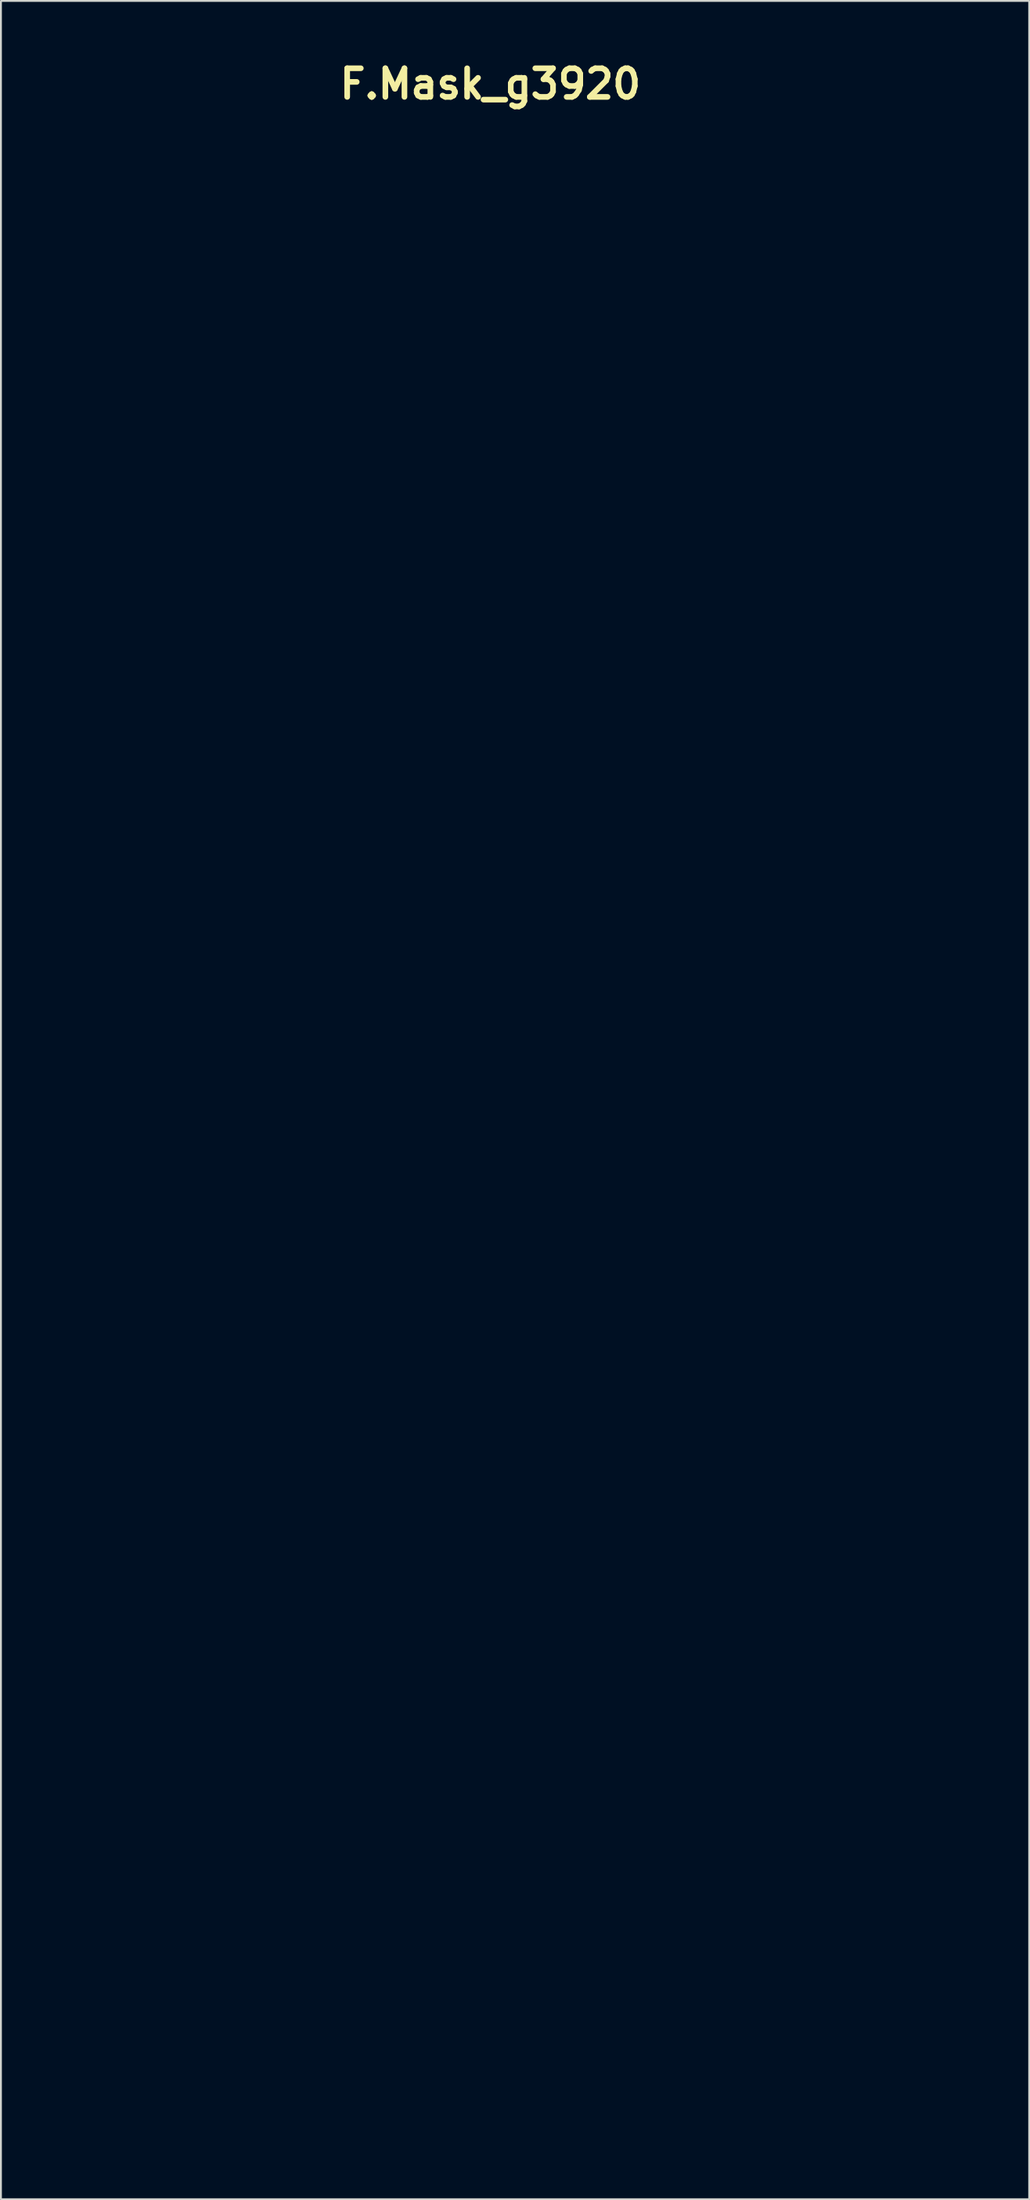
<source format=kicad_pcb>
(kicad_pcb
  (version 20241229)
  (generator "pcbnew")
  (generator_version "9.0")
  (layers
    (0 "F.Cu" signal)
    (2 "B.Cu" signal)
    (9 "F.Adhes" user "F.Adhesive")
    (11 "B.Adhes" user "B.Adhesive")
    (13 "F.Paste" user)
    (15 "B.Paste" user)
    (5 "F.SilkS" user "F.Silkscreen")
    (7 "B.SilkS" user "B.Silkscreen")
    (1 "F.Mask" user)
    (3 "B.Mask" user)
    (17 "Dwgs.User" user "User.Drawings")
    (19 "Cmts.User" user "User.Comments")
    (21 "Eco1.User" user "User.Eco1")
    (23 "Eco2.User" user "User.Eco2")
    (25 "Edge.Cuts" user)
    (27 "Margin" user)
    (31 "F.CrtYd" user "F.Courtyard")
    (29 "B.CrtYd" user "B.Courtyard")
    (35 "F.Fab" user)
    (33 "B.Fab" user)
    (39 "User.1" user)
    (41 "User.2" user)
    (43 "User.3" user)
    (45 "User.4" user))
  (footprint "F.Mask_g3920"
    (layer "F.Cu")
    (at 23.055 1.418)
    (property "Reference" "F.Mask_g3920" (at 0 0 0) (layer "F.SilkS") (effects (font (size 1.524 1.524) (thickness 0.3))))
    (attr through_hole)
    (fp_poly (pts (xy 16.49 78.719) (xy 16.644 78.737) (xy 16.805 78.784) (xy 16.957 78.856) (xy 17.066 78.932) (xy 17.158 79.026) (xy 17.252 79.155) (xy 17.345 79.312) (xy 17.433 79.491) (xy 17.513 79.685) (xy 17.581 79.886) (xy 17.618 80.021) (xy 17.689 80.37) (xy 17.737 80.753) (xy 17.763 81.17) (xy 17.765 81.618) (xy 17.745 82.097) (xy 17.702 82.606) (xy 17.637 83.143) (xy 17.55 83.707) (xy 17.441 84.298) (xy 17.31 84.913) (xy 17.157 85.553) (xy 16.982 86.215) (xy 16.786 86.898) (xy 16.719 87.122) (xy 16.681 87.245) (xy 16.638 87.382) (xy 16.592 87.527) (xy 16.545 87.674) (xy 16.498 87.818) (xy 16.454 87.954) (xy 16.414 88.075) (xy 16.38 88.176) (xy 16.354 88.252) (xy 16.338 88.297) (xy 16.333 88.307) (xy 16.319 88.292) (xy 16.283 88.249) (xy 16.23 88.185) (xy 16.165 88.105) (xy 16.136 88.069) (xy 16 87.906) (xy 15.843 87.727) (xy 15.674 87.542) (xy 15.501 87.358) (xy 15.334 87.187) (xy 15.182 87.038) (xy 15.145 87.003) (xy 14.915 86.79) (xy 15.043 86.612) (xy 15.299 86.238) (xy 15.551 85.835) (xy 15.796 85.41) (xy 16.031 84.967) (xy 16.252 84.515) (xy 16.457 84.06) (xy 16.643 83.607) (xy 16.807 83.164) (xy 16.945 82.737) (xy 17.048 82.359) (xy 17.14 81.923) (xy 17.202 81.502) (xy 17.232 81.097) (xy 17.23 80.712) (xy 17.197 80.348) (xy 17.133 80.008) (xy 17.069 79.786) (xy 16.979 79.558) (xy 16.863 79.329) (xy 16.727 79.111) (xy 16.58 78.916) (xy 16.493 78.819) (xy 16.395 78.719) (xy 16.49 78.719)) (stroke (width 0.01) (type solid)) (fill yes) (layer "F.Mask"))
    (fp_poly (pts (xy 18.233 91.556) (xy 18.289 91.57) (xy 18.374 91.592) (xy 18.484 91.621) (xy 18.612 91.656) (xy 18.721 91.685) (xy 19.378 91.872) (xy 20.012 92.067) (xy 20.621 92.269) (xy 21.205 92.478) (xy 21.76 92.693) (xy 22.285 92.912) (xy 22.778 93.136) (xy 23.238 93.363) (xy 23.663 93.593) (xy 24.05 93.824) (xy 24.399 94.057) (xy 24.68 94.269) (xy 24.884 94.443) (xy 25.075 94.63) (xy 25.249 94.824) (xy 25.401 95.017) (xy 25.526 95.205) (xy 25.619 95.381) (xy 25.627 95.401) (xy 25.654 95.47) (xy 25.671 95.532) (xy 25.681 95.602) (xy 25.685 95.692) (xy 25.685 95.758) (xy 25.683 95.883) (xy 25.674 95.976) (xy 25.658 96.05) (xy 25.647 96.081) (xy 25.617 96.149) (xy 25.593 96.176) (xy 25.574 96.164) (xy 25.558 96.113) (xy 25.508 95.938) (xy 25.434 95.749) (xy 25.343 95.56) (xy 25.242 95.386) (xy 25.199 95.324) (xy 24.997 95.074) (xy 24.755 94.84) (xy 24.475 94.621) (xy 24.157 94.417) (xy 23.803 94.23) (xy 23.413 94.059) (xy 22.988 93.904) (xy 22.527 93.766) (xy 22.034 93.645) (xy 21.507 93.542) (xy 20.947 93.456) (xy 20.356 93.388) (xy 20.32 93.385) (xy 20.223 93.378) (xy 20.093 93.371) (xy 19.937 93.366) (xy 19.765 93.361) (xy 19.584 93.358) (xy 19.405 93.357) (xy 19.383 93.357) (xy 19.197 93.356) (xy 19.049 93.355) (xy 18.935 93.353) (xy 18.851 93.35) (xy 18.792 93.346) (xy 18.754 93.341) (xy 18.733 93.334) (xy 18.724 93.325) (xy 18.723 93.324) (xy 18.716 93.294) (xy 18.7 93.23) (xy 18.677 93.139) (xy 18.65 93.027) (xy 18.619 92.901) (xy 18.614 92.88) (xy 18.574 92.725) (xy 18.524 92.546) (xy 18.468 92.356) (xy 18.412 92.171) (xy 18.36 92.012) (xy 18.317 91.881) (xy 18.278 91.765) (xy 18.247 91.668) (xy 18.225 91.597) (xy 18.213 91.558) (xy 18.212 91.552) (xy 18.233 91.556)) (stroke (width 0.01) (type solid)) (fill yes) (layer "F.Mask"))
    (fp_poly (pts (xy -22.216 98.339) (xy -22.204 98.399) (xy -22.188 98.485) (xy -22.171 98.591) (xy -22.163 98.647) (xy -22.142 98.79) (xy -22.118 98.949) (xy -22.095 99.104) (xy -22.074 99.236) (xy -22.073 99.243) (xy -22.029 99.522) (xy -21.743 99.386) (xy -21.643 99.339) (xy -21.556 99.3) (xy -21.491 99.272) (xy -21.454 99.259) (xy -21.449 99.258) (xy -21.455 99.278) (xy -21.477 99.333) (xy -21.512 99.416) (xy -21.559 99.523) (xy -21.615 99.65) (xy -21.679 99.791) (xy -21.703 99.846) (xy -21.966 100.425) (xy -21.916 101.028) (xy -21.903 101.186) (xy -21.892 101.333) (xy -21.882 101.461) (xy -21.874 101.566) (xy -21.869 101.642) (xy -21.867 101.682) (xy -21.867 101.685) (xy -21.871 101.701) (xy -21.884 101.701) (xy -21.912 101.682) (xy -21.957 101.64) (xy -22.024 101.571) (xy -22.085 101.506) (xy -22.304 101.275) (xy -22.357 101.369) (xy -22.384 101.418) (xy -22.426 101.497) (xy -22.479 101.597) (xy -22.538 101.71) (xy -22.594 101.817) (xy -22.652 101.928) (xy -22.703 102.025) (xy -22.745 102.101) (xy -22.774 102.152) (xy -22.787 102.171) (xy -22.787 102.171) (xy -22.796 102.154) (xy -22.797 102.142) (xy -22.794 102.114) (xy -22.786 102.049) (xy -22.774 101.954) (xy -22.758 101.833) (xy -22.739 101.692) (xy -22.718 101.537) (xy -22.712 101.491) (xy -22.69 101.331) (xy -22.671 101.183) (xy -22.654 101.052) (xy -22.641 100.944) (xy -22.632 100.865) (xy -22.627 100.82) (xy -22.627 100.815) (xy -22.64 100.775) (xy -22.676 100.705) (xy -22.735 100.608) (xy -22.813 100.487) (xy -22.839 100.449) (xy -22.907 100.347) (xy -22.966 100.258) (xy -23.012 100.187) (xy -23.041 100.139) (xy -23.05 100.122) (xy -23.033 100.107) (xy -22.985 100.074) (xy -22.913 100.027) (xy -22.823 99.97) (xy -22.748 99.923) (xy -22.447 99.739) (xy -22.342 99.018) (xy -22.318 98.85) (xy -22.294 98.697) (xy -22.273 98.563) (xy -22.254 98.453) (xy -22.239 98.372) (xy -22.229 98.324) (xy -22.224 98.314) (xy -22.216 98.339)) (stroke (width 0.01) (type solid)) (fill yes) (layer "F.Mask"))
    (fp_poly (pts (xy -21.023 103.785) (xy -20.995 103.831) (xy -20.954 103.906) (xy -20.9 104.005) (xy -20.838 104.125) (xy -20.768 104.262) (xy -20.735 104.326) (xy -20.445 104.904) (xy -20.109 104.729) (xy -20 104.673) (xy -19.905 104.626) (xy -19.829 104.591) (xy -19.779 104.569) (xy -19.761 104.565) (xy -19.764 104.587) (xy -19.776 104.645) (xy -19.798 104.733) (xy -19.827 104.846) (xy -19.862 104.978) (xy -19.902 105.124) (xy -19.905 105.134) (xy -20.06 105.693) (xy -19.788 106.285) (xy -19.721 106.432) (xy -19.66 106.566) (xy -19.609 106.683) (xy -19.567 106.778) (xy -19.539 106.846) (xy -19.525 106.882) (xy -19.525 106.886) (xy -19.544 106.878) (xy -19.594 106.85) (xy -19.668 106.806) (xy -19.762 106.748) (xy -19.87 106.681) (xy -19.9 106.662) (xy -20.01 106.592) (xy -20.108 106.531) (xy -20.187 106.483) (xy -20.244 106.45) (xy -20.271 106.435) (xy -20.273 106.435) (xy -20.281 106.456) (xy -20.301 106.512) (xy -20.33 106.597) (xy -20.367 106.705) (xy -20.41 106.832) (xy -20.445 106.936) (xy -20.491 107.071) (xy -20.533 107.189) (xy -20.569 107.285) (xy -20.598 107.355) (xy -20.616 107.394) (xy -20.623 107.4) (xy -20.628 107.371) (xy -20.638 107.306) (xy -20.651 107.21) (xy -20.667 107.088) (xy -20.685 106.946) (xy -20.705 106.789) (xy -20.713 106.722) (xy -20.792 106.077) (xy -21.171 105.804) (xy -21.28 105.725) (xy -21.376 105.653) (xy -21.453 105.593) (xy -21.508 105.548) (xy -21.535 105.523) (xy -21.536 105.518) (xy -21.514 105.504) (xy -21.462 105.473) (xy -21.385 105.429) (xy -21.29 105.376) (xy -21.213 105.333) (xy -21.097 105.268) (xy -21.015 105.22) (xy -20.959 105.183) (xy -20.926 105.156) (xy -20.91 105.134) (xy -20.907 105.113) (xy -20.907 105.111) (xy -20.91 105.077) (xy -20.918 105.008) (xy -20.928 104.908) (xy -20.941 104.782) (xy -20.956 104.638) (xy -20.972 104.48) (xy -20.977 104.43) (xy -20.993 104.27) (xy -21.007 104.124) (xy -21.019 103.996) (xy -21.028 103.892) (xy -21.033 103.818) (xy -21.034 103.778) (xy -21.034 103.774) (xy -21.023 103.785)) (stroke (width 0.01) (type solid)) (fill yes) (layer "F.Mask"))
    (fp_poly (pts (xy 19.66 93.865) (xy 19.879 93.865) (xy 20.062 93.866) (xy 20.215 93.868) (xy 20.344 93.871) (xy 20.456 93.876) (xy 20.556 93.882) (xy 20.65 93.89) (xy 20.746 93.9) (xy 20.848 93.913) (xy 20.849 93.913) (xy 21.353 93.987) (xy 21.833 94.079) (xy 22.287 94.187) (xy 22.713 94.311) (xy 23.109 94.45) (xy 23.473 94.603) (xy 23.803 94.77) (xy 24.097 94.95) (xy 24.354 95.141) (xy 24.492 95.265) (xy 24.639 95.415) (xy 24.757 95.556) (xy 24.855 95.7) (xy 24.94 95.857) (xy 24.955 95.89) (xy 25.029 96.068) (xy 25.075 96.236) (xy 25.099 96.411) (xy 25.103 96.553) (xy 25.104 96.765) (xy 25.014 96.852) (xy 24.853 96.995) (xy 24.661 97.147) (xy 24.444 97.303) (xy 24.209 97.459) (xy 23.964 97.61) (xy 23.717 97.75) (xy 23.551 97.836) (xy 23.392 97.914) (xy 23.231 97.988) (xy 23.063 98.061) (xy 22.885 98.133) (xy 22.693 98.206) (xy 22.485 98.281) (xy 22.257 98.358) (xy 22.005 98.44) (xy 21.725 98.527) (xy 21.416 98.62) (xy 21.072 98.722) (xy 20.691 98.832) (xy 20.67 98.838) (xy 20.514 98.882) (xy 20.346 98.929) (xy 20.17 98.978) (xy 19.992 99.027) (xy 19.816 99.075) (xy 19.646 99.121) (xy 19.489 99.163) (xy 19.349 99.2) (xy 19.231 99.231) (xy 19.139 99.254) (xy 19.079 99.268) (xy 19.057 99.272) (xy 19.043 99.253) (xy 19.018 99.202) (xy 18.984 99.128) (xy 18.947 99.036) (xy 18.946 99.033) (xy 18.906 98.938) (xy 18.852 98.815) (xy 18.788 98.676) (xy 18.72 98.533) (xy 18.653 98.398) (xy 18.453 98) (xy 18.506 97.856) (xy 18.549 97.73) (xy 18.597 97.574) (xy 18.645 97.399) (xy 18.692 97.216) (xy 18.734 97.036) (xy 18.763 96.901) (xy 18.835 96.463) (xy 18.884 95.998) (xy 18.908 95.515) (xy 18.907 95.023) (xy 18.882 94.531) (xy 18.848 94.178) (xy 18.837 94.072) (xy 18.829 93.982) (xy 18.826 93.915) (xy 18.827 93.88) (xy 18.828 93.877) (xy 18.852 93.874) (xy 18.913 93.871) (xy 19.007 93.869) (xy 19.13 93.867) (xy 19.276 93.866) (xy 19.441 93.865) (xy 19.621 93.865) (xy 19.66 93.865)) (stroke (width 0.01) (type solid)) (fill yes) (layer "F.Mask"))
    (fp_poly (pts (xy -11.277 106.464) (xy -11.23 106.497) (xy -11.16 106.551) (xy -11.071 106.622) (xy -10.967 106.706) (xy -10.866 106.789) (xy -10.753 106.882) (xy -10.65 106.966) (xy -10.562 107.036) (xy -10.494 107.089) (xy -10.45 107.122) (xy -10.434 107.131) (xy -10.413 107.118) (xy -10.363 107.084) (xy -10.288 107.034) (xy -10.193 106.969) (xy -10.085 106.894) (xy -10.022 106.85) (xy -9.908 106.772) (xy -9.806 106.703) (xy -9.722 106.646) (xy -9.659 106.605) (xy -9.624 106.583) (xy -9.618 106.58) (xy -9.621 106.601) (xy -9.634 106.658) (xy -9.655 106.744) (xy -9.683 106.855) (xy -9.717 106.985) (xy -9.748 107.107) (xy -9.884 107.628) (xy -9.689 107.816) (xy -9.588 107.913) (xy -9.474 108.023) (xy -9.363 108.13) (xy -9.298 108.193) (xy -9.225 108.264) (xy -9.166 108.324) (xy -9.127 108.368) (xy -9.112 108.39) (xy -9.112 108.391) (xy -9.135 108.392) (xy -9.194 108.39) (xy -9.283 108.385) (xy -9.395 108.377) (xy -9.524 108.367) (xy -9.575 108.363) (xy -9.711 108.352) (xy -9.833 108.343) (xy -9.935 108.338) (xy -10.01 108.335) (xy -10.052 108.335) (xy -10.058 108.336) (xy -10.072 108.359) (xy -10.097 108.417) (xy -10.13 108.504) (xy -10.169 108.615) (xy -10.212 108.745) (xy -10.233 108.81) (xy -10.276 108.943) (xy -10.315 109.063) (xy -10.348 109.163) (xy -10.374 109.239) (xy -10.39 109.282) (xy -10.395 109.291) (xy -10.408 109.283) (xy -10.428 109.243) (xy -10.444 109.196) (xy -10.46 109.141) (xy -10.487 109.053) (xy -10.522 108.942) (xy -10.562 108.815) (xy -10.604 108.681) (xy -10.611 108.659) (xy -10.744 108.236) (xy -11.246 108.173) (xy -11.386 108.155) (xy -11.51 108.137) (xy -11.613 108.122) (xy -11.69 108.109) (xy -11.734 108.1) (xy -11.742 108.096) (xy -11.725 108.079) (xy -11.678 108.041) (xy -11.607 107.985) (xy -11.518 107.916) (xy -11.414 107.837) (xy -11.367 107.801) (xy -11.258 107.719) (xy -11.162 107.646) (xy -11.082 107.585) (xy -11.024 107.541) (xy -10.992 107.517) (xy -10.988 107.514) (xy -10.992 107.493) (xy -11.007 107.437) (xy -11.032 107.351) (xy -11.065 107.241) (xy -11.104 107.113) (xy -11.143 106.986) (xy -11.187 106.845) (xy -11.225 106.718) (xy -11.257 106.61) (xy -11.28 106.526) (xy -11.293 106.472) (xy -11.296 106.454) (xy -11.277 106.464)) (stroke (width 0.01) (type solid)) (fill yes) (layer "F.Mask"))
    (fp_poly (pts (xy 15.844 78.847) (xy 15.966 78.932) (xy 16.095 79.043) (xy 16.22 79.166) (xy 16.327 79.291) (xy 16.375 79.358) (xy 16.462 79.504) (xy 16.537 79.664) (xy 16.603 79.848) (xy 16.647 79.999) (xy 16.664 80.065) (xy 16.678 80.123) (xy 16.688 80.181) (xy 16.695 80.246) (xy 16.699 80.324) (xy 16.702 80.423) (xy 16.704 80.549) (xy 16.705 80.709) (xy 16.705 80.737) (xy 16.704 80.987) (xy 16.696 81.207) (xy 16.682 81.408) (xy 16.658 81.603) (xy 16.625 81.803) (xy 16.58 82.02) (xy 16.541 82.19) (xy 16.487 82.4) (xy 16.422 82.632) (xy 16.349 82.879) (xy 16.269 83.131) (xy 16.186 83.382) (xy 16.102 83.622) (xy 16.02 83.845) (xy 15.942 84.042) (xy 15.878 84.19) (xy 15.824 84.309) (xy 15.761 84.442) (xy 15.694 84.582) (xy 15.626 84.722) (xy 15.56 84.854) (xy 15.502 84.97) (xy 15.453 85.064) (xy 15.419 85.128) (xy 15.416 85.132) (xy 15.372 85.21) (xy 15.323 85.297) (xy 15.303 85.333) (xy 15.249 85.43) (xy 15.182 85.545) (xy 15.106 85.671) (xy 15.024 85.803) (xy 14.939 85.937) (xy 14.855 86.067) (xy 14.775 86.188) (xy 14.703 86.294) (xy 14.642 86.381) (xy 14.596 86.442) (xy 14.567 86.473) (xy 14.565 86.475) (xy 14.543 86.466) (xy 14.495 86.435) (xy 14.427 86.385) (xy 14.344 86.322) (xy 14.302 86.288) (xy 13.818 85.919) (xy 13.316 85.579) (xy 12.798 85.269) (xy 12.269 84.991) (xy 11.731 84.746) (xy 11.188 84.535) (xy 10.643 84.361) (xy 10.099 84.223) (xy 9.559 84.124) (xy 9.133 84.073) (xy 9.014 84.063) (xy 8.894 84.052) (xy 8.788 84.042) (xy 8.714 84.035) (xy 8.57 84.021) (xy 8.741 83.814) (xy 8.925 83.599) (xy 9.126 83.377) (xy 9.348 83.145) (xy 9.591 82.903) (xy 9.858 82.647) (xy 10.15 82.376) (xy 10.47 82.089) (xy 10.82 81.784) (xy 11.2 81.458) (xy 11.587 81.133) (xy 11.879 80.891) (xy 12.143 80.674) (xy 12.383 80.482) (xy 12.602 80.31) (xy 12.803 80.157) (xy 12.99 80.019) (xy 13.168 79.896) (xy 13.338 79.784) (xy 13.504 79.681) (xy 13.671 79.584) (xy 13.841 79.49) (xy 14.019 79.399) (xy 14.15 79.333) (xy 14.584 79.136) (xy 15.002 78.976) (xy 15.406 78.853) (xy 15.519 78.824) (xy 15.723 78.775) (xy 15.844 78.847)) (stroke (width 0.01) (type solid)) (fill yes) (layer "F.Mask"))
    (fp_poly (pts (xy 17.987 99.748) (xy 17.999 99.772) (xy 18.023 99.832) (xy 18.058 99.921) (xy 18.101 100.036) (xy 18.15 100.171) (xy 18.205 100.321) (xy 18.236 100.409) (xy 18.292 100.565) (xy 18.344 100.706) (xy 18.39 100.83) (xy 18.428 100.93) (xy 18.457 101.003) (xy 18.475 101.043) (xy 18.48 101.05) (xy 18.501 101.037) (xy 18.549 101.003) (xy 18.621 100.951) (xy 18.709 100.885) (xy 18.81 100.809) (xy 18.816 100.804) (xy 18.917 100.729) (xy 19.006 100.664) (xy 19.078 100.613) (xy 19.128 100.581) (xy 19.15 100.571) (xy 19.15 100.572) (xy 19.149 100.594) (xy 19.139 100.654) (xy 19.121 100.745) (xy 19.096 100.862) (xy 19.066 101.002) (xy 19.031 101.159) (xy 18.999 101.299) (xy 18.834 102.013) (xy 19.069 102.683) (xy 19.125 102.843) (xy 19.176 102.991) (xy 19.221 103.122) (xy 19.258 103.231) (xy 19.285 103.313) (xy 19.301 103.363) (xy 19.304 103.376) (xy 19.286 103.375) (xy 19.236 103.356) (xy 19.161 103.323) (xy 19.065 103.279) (xy 18.956 103.225) (xy 18.845 103.171) (xy 18.748 103.124) (xy 18.671 103.089) (xy 18.619 103.067) (xy 18.599 103.061) (xy 18.593 103.083) (xy 18.576 103.142) (xy 18.553 103.231) (xy 18.522 103.348) (xy 18.486 103.486) (xy 18.446 103.64) (xy 18.416 103.759) (xy 18.362 103.971) (xy 18.317 104.144) (xy 18.28 104.281) (xy 18.251 104.382) (xy 18.23 104.452) (xy 18.216 104.491) (xy 18.207 104.502) (xy 18.204 104.488) (xy 18.202 104.447) (xy 18.198 104.37) (xy 18.192 104.263) (xy 18.185 104.133) (xy 18.176 103.984) (xy 18.167 103.824) (xy 18.157 103.658) (xy 18.147 103.492) (xy 18.137 103.333) (xy 18.128 103.187) (xy 18.12 103.059) (xy 18.114 102.956) (xy 18.109 102.884) (xy 18.107 102.855) (xy 18.094 102.703) (xy 17.715 102.456) (xy 17.603 102.383) (xy 17.504 102.316) (xy 17.423 102.26) (xy 17.366 102.219) (xy 17.338 102.196) (xy 17.335 102.192) (xy 17.35 102.173) (xy 17.391 102.13) (xy 17.454 102.065) (xy 17.534 101.985) (xy 17.628 101.893) (xy 17.677 101.846) (xy 18.018 101.517) (xy 18.004 100.929) (xy 18 100.755) (xy 17.996 100.576) (xy 17.991 100.403) (xy 17.986 100.245) (xy 17.982 100.112) (xy 17.979 100.034) (xy 17.975 99.904) (xy 17.975 99.812) (xy 17.979 99.76) (xy 17.987 99.748) (xy 17.987 99.748)) (stroke (width 0.01) (type solid)) (fill yes) (layer "F.Mask"))
    (fp_poly (pts (xy -14.021 104.707) (xy -14.018 104.754) (xy -14.017 104.836) (xy -14.018 104.952) (xy -14.022 105.105) (xy -14.028 105.296) (xy -14.036 105.527) (xy -14.047 105.791) (xy -14.059 106.099) (xy -13.512 106.357) (xy -13.371 106.424) (xy -13.244 106.485) (xy -13.134 106.539) (xy -13.047 106.583) (xy -12.987 106.614) (xy -12.961 106.63) (xy -12.96 106.632) (xy -12.977 106.644) (xy -13.029 106.67) (xy -13.11 106.707) (xy -13.216 106.754) (xy -13.341 106.808) (xy -13.482 106.867) (xy -13.51 106.879) (xy -13.654 106.939) (xy -13.785 106.994) (xy -13.898 107.042) (xy -13.988 107.081) (xy -14.05 107.108) (xy -14.079 107.122) (xy -14.08 107.123) (xy -14.085 107.146) (xy -14.093 107.207) (xy -14.102 107.3) (xy -14.113 107.42) (xy -14.125 107.563) (xy -14.138 107.723) (xy -14.147 107.851) (xy -14.16 108.021) (xy -14.172 108.177) (xy -14.183 108.314) (xy -14.193 108.428) (xy -14.201 108.512) (xy -14.207 108.564) (xy -14.209 108.577) (xy -14.222 108.564) (xy -14.251 108.52) (xy -14.29 108.452) (xy -14.335 108.369) (xy -14.383 108.278) (xy -14.446 108.16) (xy -14.516 108.027) (xy -14.589 107.889) (xy -14.647 107.778) (xy -14.843 107.405) (xy -15.401 107.591) (xy -15.546 107.639) (xy -15.677 107.682) (xy -15.789 107.718) (xy -15.877 107.745) (xy -15.935 107.763) (xy -15.959 107.769) (xy -15.96 107.768) (xy -15.949 107.749) (xy -15.92 107.697) (xy -15.875 107.617) (xy -15.816 107.514) (xy -15.746 107.392) (xy -15.667 107.255) (xy -15.621 107.175) (xy -15.538 107.032) (xy -15.463 106.901) (xy -15.398 106.785) (xy -15.344 106.689) (xy -15.306 106.619) (xy -15.285 106.578) (xy -15.282 106.57) (xy -15.292 106.546) (xy -15.318 106.49) (xy -15.36 106.405) (xy -15.414 106.297) (xy -15.479 106.171) (xy -15.551 106.03) (xy -15.59 105.955) (xy -15.665 105.81) (xy -15.733 105.677) (xy -15.791 105.561) (xy -15.838 105.466) (xy -15.871 105.398) (xy -15.888 105.36) (xy -15.889 105.354) (xy -15.868 105.359) (xy -15.813 105.378) (xy -15.729 105.409) (xy -15.621 105.45) (xy -15.494 105.499) (xy -15.353 105.554) (xy -15.344 105.558) (xy -15.202 105.614) (xy -15.072 105.663) (xy -14.961 105.705) (xy -14.872 105.736) (xy -14.811 105.756) (xy -14.785 105.762) (xy -14.784 105.762) (xy -14.767 105.743) (xy -14.73 105.693) (xy -14.675 105.617) (xy -14.606 105.518) (xy -14.525 105.402) (xy -14.437 105.273) (xy -14.403 105.223) (xy -14.313 105.09) (xy -14.229 104.969) (xy -14.157 104.865) (xy -14.097 104.782) (xy -14.053 104.723) (xy -14.029 104.694) (xy -14.026 104.691) (xy -14.021 104.707)) (stroke (width 0.01) (type solid)) (fill yes) (layer "F.Mask"))
    (fp_poly (pts (xy 1.363 105.479) (xy 1.351 105.537) (xy 1.331 105.627) (xy 1.303 105.745) (xy 1.27 105.885) (xy 1.232 106.043) (xy 1.19 106.215) (xy 1.187 106.226) (xy 1.145 106.399) (xy 1.106 106.558) (xy 1.074 106.7) (xy 1.047 106.819) (xy 1.027 106.912) (xy 1.016 106.973) (xy 1.014 106.997) (xy 1.014 106.997) (xy 1.045 107.021) (xy 1.101 107.067) (xy 1.178 107.132) (xy 1.271 107.212) (xy 1.376 107.302) (xy 1.489 107.398) (xy 1.604 107.498) (xy 1.718 107.597) (xy 1.826 107.691) (xy 1.923 107.777) (xy 2.005 107.849) (xy 2.067 107.906) (xy 2.106 107.942) (xy 2.117 107.953) (xy 2.098 107.966) (xy 2.058 107.971) (xy 2.023 107.972) (xy 1.951 107.974) (xy 1.849 107.978) (xy 1.721 107.982) (xy 1.575 107.988) (xy 1.415 107.994) (xy 1.368 107.996) (xy 0.735 108.022) (xy 0.709 108.086) (xy 0.698 108.122) (xy 0.675 108.192) (xy 0.645 108.293) (xy 0.607 108.419) (xy 0.563 108.565) (xy 0.515 108.726) (xy 0.474 108.865) (xy 0.425 109.031) (xy 0.38 109.183) (xy 0.339 109.317) (xy 0.305 109.428) (xy 0.278 109.512) (xy 0.261 109.564) (xy 0.254 109.579) (xy 0.244 109.56) (xy 0.224 109.508) (xy 0.198 109.431) (xy 0.168 109.337) (xy 0.166 109.331) (xy 0.136 109.237) (xy 0.097 109.113) (xy 0.051 108.968) (xy 0.001 108.812) (xy -0.05 108.653) (xy -0.074 108.579) (xy -0.235 108.075) (xy -0.922 108.081) (xy -1.088 108.083) (xy -1.239 108.083) (xy -1.371 108.082) (xy -1.479 108.081) (xy -1.557 108.079) (xy -1.601 108.076) (xy -1.609 108.074) (xy -1.594 108.058) (xy -1.552 108.017) (xy -1.488 107.956) (xy -1.406 107.878) (xy -1.311 107.788) (xy -1.206 107.689) (xy -1.096 107.587) (xy -0.985 107.484) (xy -0.879 107.384) (xy -0.78 107.293) (xy -0.694 107.214) (xy -0.625 107.151) (xy -0.577 107.109) (xy -0.558 107.093) (xy -0.553 107.079) (xy -0.555 107.047) (xy -0.565 106.995) (xy -0.582 106.919) (xy -0.609 106.815) (xy -0.646 106.68) (xy -0.694 106.512) (xy -0.751 106.31) (xy -0.801 106.139) (xy -0.846 105.98) (xy -0.886 105.839) (xy -0.918 105.72) (xy -0.943 105.628) (xy -0.959 105.567) (xy -0.964 105.542) (xy -0.964 105.541) (xy -0.946 105.552) (xy -0.898 105.585) (xy -0.824 105.638) (xy -0.728 105.708) (xy -0.614 105.792) (xy -0.486 105.887) (xy -0.373 105.972) (xy 0.211 106.41) (xy 0.784 105.929) (xy 0.917 105.818) (xy 1.04 105.716) (xy 1.148 105.627) (xy 1.239 105.554) (xy 1.308 105.499) (xy 1.352 105.466) (xy 1.366 105.457) (xy 1.363 105.479)) (stroke (width 0.01) (type solid)) (fill yes) (layer "F.Mask"))
    (fp_poly (pts (xy 14.559 103.512) (xy 14.57 103.57) (xy 14.587 103.661) (xy 14.607 103.779) (xy 14.631 103.92) (xy 14.657 104.077) (xy 14.677 104.202) (xy 14.705 104.369) (xy 14.73 104.522) (xy 14.753 104.656) (xy 14.772 104.767) (xy 14.787 104.85) (xy 14.796 104.899) (xy 14.799 104.911) (xy 14.82 104.919) (xy 14.876 104.939) (xy 14.96 104.968) (xy 15.067 105.005) (xy 15.192 105.048) (xy 15.271 105.076) (xy 15.403 105.122) (xy 15.521 105.164) (xy 15.619 105.201) (xy 15.692 105.229) (xy 15.733 105.248) (xy 15.741 105.254) (xy 15.726 105.271) (xy 15.682 105.31) (xy 15.613 105.367) (xy 15.524 105.438) (xy 15.42 105.52) (xy 15.345 105.577) (xy 15.232 105.664) (xy 15.132 105.742) (xy 15.049 105.808) (xy 14.987 105.858) (xy 14.951 105.89) (xy 14.944 105.898) (xy 14.947 105.923) (xy 14.956 105.984) (xy 14.97 106.074) (xy 14.988 106.188) (xy 15.009 106.319) (xy 15.032 106.461) (xy 15.056 106.608) (xy 15.08 106.755) (xy 15.103 106.894) (xy 15.124 107.02) (xy 15.142 107.126) (xy 15.155 107.207) (xy 15.164 107.257) (xy 15.166 107.267) (xy 15.169 107.304) (xy 15.161 107.314) (xy 15.145 107.297) (xy 15.106 107.251) (xy 15.048 107.18) (xy 14.975 107.087) (xy 14.889 106.978) (xy 14.795 106.855) (xy 14.765 106.816) (xy 14.669 106.691) (xy 14.582 106.577) (xy 14.506 106.479) (xy 14.446 106.401) (xy 14.403 106.347) (xy 14.382 106.322) (xy 14.381 106.32) (xy 14.363 106.332) (xy 14.316 106.365) (xy 14.244 106.416) (xy 14.152 106.481) (xy 14.045 106.558) (xy 13.977 106.606) (xy 13.864 106.687) (xy 13.763 106.756) (xy 13.679 106.813) (xy 13.616 106.852) (xy 13.579 106.872) (xy 13.572 106.873) (xy 13.575 106.848) (xy 13.588 106.787) (xy 13.609 106.696) (xy 13.637 106.579) (xy 13.67 106.441) (xy 13.708 106.288) (xy 13.727 106.209) (xy 13.889 105.566) (xy 13.526 105.017) (xy 13.437 104.882) (xy 13.357 104.759) (xy 13.29 104.651) (xy 13.236 104.564) (xy 13.2 104.501) (xy 13.184 104.467) (xy 13.184 104.462) (xy 13.21 104.465) (xy 13.27 104.479) (xy 13.359 104.501) (xy 13.47 104.531) (xy 13.598 104.566) (xy 13.664 104.584) (xy 13.796 104.621) (xy 13.914 104.654) (xy 14.011 104.68) (xy 14.083 104.698) (xy 14.122 104.707) (xy 14.128 104.707) (xy 14.136 104.686) (xy 14.155 104.631) (xy 14.183 104.549) (xy 14.218 104.446) (xy 14.256 104.331) (xy 14.322 104.132) (xy 14.382 103.954) (xy 14.435 103.801) (xy 14.479 103.674) (xy 14.515 103.579) (xy 14.54 103.516) (xy 14.553 103.49) (xy 14.554 103.49) (xy 14.559 103.512)) (stroke (width 0.01) (type solid)) (fill yes) (layer "F.Mask"))
    (fp_poly (pts (xy 12.762 99.171) (xy 12.798 99.211) (xy 12.853 99.275) (xy 12.923 99.36) (xy 13.004 99.46) (xy 13.059 99.529) (xy 13.146 99.64) (xy 13.223 99.739) (xy 13.288 99.822) (xy 13.337 99.883) (xy 13.366 99.92) (xy 13.372 99.927) (xy 13.392 99.921) (xy 13.445 99.898) (xy 13.524 99.861) (xy 13.625 99.813) (xy 13.743 99.755) (xy 13.815 99.72) (xy 13.939 99.658) (xy 14.05 99.604) (xy 14.143 99.56) (xy 14.212 99.529) (xy 14.252 99.513) (xy 14.259 99.512) (xy 14.253 99.533) (xy 14.232 99.587) (xy 14.196 99.668) (xy 14.15 99.773) (xy 14.094 99.894) (xy 14.044 100.002) (xy 13.983 100.135) (xy 13.929 100.256) (xy 13.885 100.36) (xy 13.852 100.441) (xy 13.833 100.494) (xy 13.83 100.512) (xy 13.846 100.537) (xy 13.883 100.59) (xy 13.938 100.666) (xy 14.008 100.76) (xy 14.088 100.868) (xy 14.13 100.924) (xy 14.212 101.034) (xy 14.284 101.133) (xy 14.343 101.215) (xy 14.385 101.276) (xy 14.407 101.31) (xy 14.409 101.317) (xy 14.387 101.315) (xy 14.331 101.308) (xy 14.247 101.295) (xy 14.145 101.279) (xy 14.03 101.26) (xy 13.91 101.24) (xy 13.793 101.22) (xy 13.686 101.201) (xy 13.597 101.185) (xy 13.532 101.172) (xy 13.503 101.165) (xy 13.488 101.171) (xy 13.465 101.199) (xy 13.432 101.253) (xy 13.388 101.334) (xy 13.33 101.448) (xy 13.258 101.596) (xy 13.24 101.633) (xy 13.176 101.764) (xy 13.118 101.882) (xy 13.068 101.982) (xy 13.029 102.059) (xy 13.003 102.106) (xy 12.994 102.12) (xy 12.98 102.109) (xy 12.967 102.068) (xy 12.966 102.061) (xy 12.961 102.02) (xy 12.952 101.944) (xy 12.941 101.84) (xy 12.929 101.716) (xy 12.916 101.579) (xy 12.911 101.527) (xy 12.898 101.392) (xy 12.886 101.271) (xy 12.876 101.172) (xy 12.868 101.1) (xy 12.863 101.061) (xy 12.862 101.056) (xy 12.841 101.05) (xy 12.784 101.036) (xy 12.698 101.016) (xy 12.59 100.991) (xy 12.465 100.963) (xy 12.424 100.954) (xy 12.292 100.924) (xy 12.174 100.897) (xy 12.076 100.874) (xy 12.003 100.857) (xy 11.964 100.847) (xy 11.96 100.846) (xy 11.968 100.833) (xy 12.009 100.801) (xy 12.079 100.753) (xy 12.175 100.692) (xy 12.293 100.62) (xy 12.368 100.575) (xy 12.49 100.502) (xy 12.601 100.436) (xy 12.693 100.381) (xy 12.763 100.339) (xy 12.806 100.313) (xy 12.816 100.306) (xy 12.817 100.283) (xy 12.814 100.224) (xy 12.81 100.134) (xy 12.802 100.018) (xy 12.793 99.883) (xy 12.783 99.739) (xy 12.772 99.589) (xy 12.762 99.453) (xy 12.755 99.336) (xy 12.75 99.245) (xy 12.747 99.185) (xy 12.747 99.161) (xy 12.762 99.171)) (stroke (width 0.01) (type solid)) (fill yes) (layer "F.Mask"))
    (fp_poly (pts (xy 4.745 105.237) (xy 4.782 105.279) (xy 4.837 105.345) (xy 4.906 105.43) (xy 4.985 105.529) (xy 5.01 105.56) (xy 5.094 105.667) (xy 5.172 105.766) (xy 5.24 105.851) (xy 5.291 105.915) (xy 5.322 105.953) (xy 5.325 105.957) (xy 5.369 106.009) (xy 5.8 105.784) (xy 5.923 105.72) (xy 6.033 105.664) (xy 6.125 105.618) (xy 6.193 105.586) (xy 6.232 105.569) (xy 6.24 105.568) (xy 6.234 105.589) (xy 6.213 105.643) (xy 6.179 105.725) (xy 6.134 105.828) (xy 6.08 105.947) (xy 6.048 106.018) (xy 5.988 106.147) (xy 5.934 106.267) (xy 5.886 106.37) (xy 5.85 106.45) (xy 5.826 106.501) (xy 5.821 106.513) (xy 5.814 106.532) (xy 5.814 106.553) (xy 5.822 106.581) (xy 5.843 106.62) (xy 5.878 106.674) (xy 5.93 106.749) (xy 6.003 106.848) (xy 6.096 106.975) (xy 6.18 107.088) (xy 6.254 107.191) (xy 6.315 107.277) (xy 6.36 107.341) (xy 6.385 107.38) (xy 6.389 107.389) (xy 6.366 107.388) (xy 6.308 107.38) (xy 6.221 107.367) (xy 6.109 107.348) (xy 5.981 107.326) (xy 5.915 107.314) (xy 5.781 107.291) (xy 5.661 107.271) (xy 5.562 107.257) (xy 5.49 107.248) (xy 5.45 107.246) (xy 5.445 107.247) (xy 5.431 107.278) (xy 5.403 107.339) (xy 5.362 107.423) (xy 5.313 107.523) (xy 5.257 107.635) (xy 5.199 107.752) (xy 5.141 107.867) (xy 5.086 107.974) (xy 5.038 108.068) (xy 5 108.141) (xy 4.974 108.189) (xy 4.965 108.204) (xy 4.953 108.188) (xy 4.953 108.188) (xy 4.95 108.148) (xy 4.944 108.076) (xy 4.935 107.979) (xy 4.924 107.864) (xy 4.911 107.738) (xy 4.897 107.606) (xy 4.883 107.478) (xy 4.87 107.358) (xy 4.858 107.255) (xy 4.849 107.174) (xy 4.842 107.123) (xy 4.839 107.109) (xy 4.815 107.102) (xy 4.757 107.087) (xy 4.67 107.068) (xy 4.561 107.045) (xy 4.437 107.02) (xy 4.419 107.016) (xy 4.26 106.984) (xy 4.137 106.96) (xy 4.047 106.941) (xy 3.985 106.927) (xy 3.946 106.917) (xy 3.927 106.909) (xy 3.922 106.902) (xy 3.926 106.894) (xy 3.937 106.885) (xy 3.939 106.883) (xy 3.965 106.864) (xy 4.022 106.827) (xy 4.103 106.775) (xy 4.204 106.712) (xy 4.319 106.641) (xy 4.376 106.606) (xy 4.514 106.52) (xy 4.619 106.453) (xy 4.695 106.402) (xy 4.745 106.363) (xy 4.773 106.335) (xy 4.783 106.315) (xy 4.783 106.311) (xy 4.782 106.279) (xy 4.779 106.21) (xy 4.773 106.112) (xy 4.766 105.99) (xy 4.758 105.852) (xy 4.752 105.75) (xy 4.744 105.606) (xy 4.737 105.477) (xy 4.733 105.369) (xy 4.73 105.287) (xy 4.729 105.237) (xy 4.73 105.224) (xy 4.745 105.237)) (stroke (width 0.01) (type solid)) (fill yes) (layer "F.Mask"))
    (fp_poly (pts (xy -6.82 103.113) (xy -6.808 103.125) (xy -6.79 103.149) (xy -6.753 103.205) (xy -6.699 103.289) (xy -6.629 103.397) (xy -6.548 103.524) (xy -6.458 103.666) (xy -6.36 103.82) (xy -6.339 103.854) (xy -6.241 104.009) (xy -6.15 104.153) (xy -6.068 104.282) (xy -5.998 104.392) (xy -5.943 104.479) (xy -5.904 104.539) (xy -5.885 104.568) (xy -5.884 104.57) (xy -5.861 104.568) (xy -5.801 104.556) (xy -5.71 104.533) (xy -5.592 104.502) (xy -5.451 104.464) (xy -5.291 104.419) (xy -5.117 104.369) (xy -5.059 104.352) (xy -4.881 104.301) (xy -4.716 104.254) (xy -4.568 104.212) (xy -4.442 104.177) (xy -4.341 104.149) (xy -4.271 104.131) (xy -4.235 104.123) (xy -4.232 104.123) (xy -4.24 104.141) (xy -4.271 104.189) (xy -4.322 104.265) (xy -4.391 104.364) (xy -4.475 104.483) (xy -4.572 104.619) (xy -4.68 104.768) (xy -4.754 104.87) (xy -4.868 105.027) (xy -4.975 105.173) (xy -5.071 105.306) (xy -5.154 105.421) (xy -5.221 105.515) (xy -5.271 105.585) (xy -5.299 105.626) (xy -5.305 105.636) (xy -5.298 105.659) (xy -5.271 105.715) (xy -5.229 105.8) (xy -5.171 105.91) (xy -5.101 106.041) (xy -5.021 106.189) (xy -4.933 106.35) (xy -4.89 106.427) (xy -4.799 106.592) (xy -4.715 106.744) (xy -4.64 106.882) (xy -4.576 106.999) (xy -4.526 107.094) (xy -4.491 107.161) (xy -4.474 107.196) (xy -4.473 107.201) (xy -4.494 107.196) (xy -4.55 107.179) (xy -4.638 107.15) (xy -4.753 107.112) (xy -4.891 107.065) (xy -5.047 107.011) (xy -5.217 106.952) (xy -5.266 106.934) (xy -5.44 106.874) (xy -5.601 106.818) (xy -5.746 106.768) (xy -5.869 106.725) (xy -5.967 106.692) (xy -6.035 106.67) (xy -6.069 106.659) (xy -6.072 106.659) (xy -6.088 106.675) (xy -6.128 106.722) (xy -6.187 106.795) (xy -6.264 106.892) (xy -6.356 107.01) (xy -6.46 107.143) (xy -6.574 107.291) (xy -6.657 107.4) (xy -6.775 107.554) (xy -6.886 107.698) (xy -6.986 107.827) (xy -7.073 107.938) (xy -7.144 108.029) (xy -7.197 108.094) (xy -7.228 108.132) (xy -7.236 108.141) (xy -7.238 108.12) (xy -7.238 108.062) (xy -7.237 107.969) (xy -7.233 107.847) (xy -7.229 107.7) (xy -7.223 107.532) (xy -7.215 107.347) (xy -7.209 107.197) (xy -7.199 106.958) (xy -7.191 106.759) (xy -7.186 106.597) (xy -7.183 106.468) (xy -7.182 106.371) (xy -7.183 106.302) (xy -7.186 106.259) (xy -7.191 106.239) (xy -7.193 106.238) (xy -7.218 106.226) (xy -7.277 106.201) (xy -7.366 106.162) (xy -7.481 106.113) (xy -7.618 106.055) (xy -7.772 105.991) (xy -7.938 105.921) (xy -7.97 105.907) (xy -8.173 105.822) (xy -8.345 105.748) (xy -8.484 105.686) (xy -8.59 105.637) (xy -8.659 105.602) (xy -8.692 105.581) (xy -8.694 105.576) (xy -8.668 105.566) (xy -8.606 105.543) (xy -8.514 105.51) (xy -8.395 105.468) (xy -8.253 105.418) (xy -8.094 105.362) (xy -7.921 105.301) (xy -7.862 105.281) (xy -7.687 105.219) (xy -7.524 105.163) (xy -7.379 105.111) (xy -7.254 105.067) (xy -7.156 105.032) (xy -7.087 105.008) (xy -7.053 104.995) (xy -7.05 104.993) (xy -7.046 104.971) (xy -7.037 104.913) (xy -7.026 104.823) (xy -7.012 104.706) (xy -6.995 104.568) (xy -6.977 104.414) (xy -6.958 104.25) (xy -6.938 104.079) (xy -6.919 103.909) (xy -6.9 103.743) (xy -6.883 103.587) (xy -6.868 103.447) (xy -6.855 103.327) (xy -6.845 103.233) (xy -6.84 103.17) (xy -6.838 103.146) (xy -6.834 103.111) (xy -6.82 103.113)) (stroke (width 0.01) (type solid)) (fill yes) (layer "F.Mask"))
    (fp_poly (pts (xy 8.75 84.573) (xy 8.97 84.582) (xy 9.168 84.596) (xy 9.303 84.61) (xy 9.787 84.685) (xy 10.251 84.782) (xy 10.703 84.904) (xy 11.152 85.055) (xy 11.605 85.235) (xy 12.072 85.448) (xy 12.139 85.481) (xy 12.688 85.77) (xy 13.212 86.085) (xy 13.714 86.429) (xy 14.2 86.806) (xy 14.675 87.219) (xy 14.962 87.492) (xy 15.448 87.994) (xy 15.902 88.519) (xy 16.323 89.065) (xy 16.71 89.629) (xy 17.063 90.209) (xy 17.379 90.804) (xy 17.658 91.411) (xy 17.899 92.03) (xy 18.1 92.656) (xy 18.262 93.29) (xy 18.361 93.8) (xy 18.43 94.299) (xy 18.47 94.808) (xy 18.483 95.318) (xy 18.468 95.821) (xy 18.424 96.307) (xy 18.361 96.728) (xy 18.338 96.847) (xy 18.31 96.975) (xy 18.28 97.107) (xy 18.25 97.233) (xy 18.221 97.347) (xy 18.195 97.44) (xy 18.175 97.505) (xy 18.163 97.533) (xy 18.143 97.537) (xy 18.096 97.525) (xy 18.018 97.494) (xy 17.908 97.444) (xy 17.884 97.433) (xy 17.459 97.249) (xy 17.005 97.086) (xy 16.533 96.948) (xy 16.054 96.837) (xy 15.577 96.756) (xy 15.462 96.741) (xy 15.274 96.723) (xy 15.06 96.711) (xy 14.833 96.705) (xy 14.602 96.705) (xy 14.38 96.711) (xy 14.178 96.723) (xy 14.012 96.74) (xy 13.553 96.82) (xy 13.12 96.932) (xy 12.71 97.077) (xy 12.321 97.256) (xy 12.185 97.33) (xy 11.998 97.435) (xy 11.899 97.365) (xy 11.576 97.117) (xy 11.291 96.851) (xy 11.043 96.568) (xy 10.832 96.264) (xy 10.655 95.94) (xy 10.512 95.593) (xy 10.466 95.454) (xy 10.386 95.192) (xy 10.246 95.203) (xy 10.175 95.209) (xy 10.123 95.214) (xy 10.102 95.218) (xy 10.104 95.239) (xy 10.115 95.292) (xy 10.134 95.367) (xy 10.147 95.421) (xy 10.193 95.569) (xy 10.259 95.738) (xy 10.339 95.917) (xy 10.428 96.092) (xy 10.521 96.252) (xy 10.547 96.294) (xy 10.722 96.534) (xy 10.929 96.772) (xy 11.16 97) (xy 11.406 97.207) (xy 11.544 97.309) (xy 11.648 97.382) (xy 11.723 97.434) (xy 11.769 97.473) (xy 11.79 97.506) (xy 11.789 97.537) (xy 11.767 97.575) (xy 11.729 97.625) (xy 11.69 97.675) (xy 11.526 97.91) (xy 11.36 98.185) (xy 11.194 98.499) (xy 11.027 98.85) (xy 10.861 99.236) (xy 10.697 99.656) (xy 10.535 100.107) (xy 10.377 100.588) (xy 10.239 101.038) (xy 10.214 101.116) (xy 10.191 101.176) (xy 10.173 101.208) (xy 10.169 101.211) (xy 10.143 101.207) (xy 10.085 101.19) (xy 10.003 101.163) (xy 9.907 101.13) (xy 9.89 101.124) (xy 9.319 100.899) (xy 8.754 100.633) (xy 8.197 100.328) (xy 7.651 99.986) (xy 7.12 99.608) (xy 6.606 99.196) (xy 6.501 99.106) (xy 6.373 98.991) (xy 6.226 98.852) (xy 6.066 98.697) (xy 5.899 98.531) (xy 5.733 98.362) (xy 5.573 98.195) (xy 5.427 98.039) (xy 5.301 97.899) (xy 5.226 97.811) (xy 4.806 97.28) (xy 4.419 96.735) (xy 4.066 96.178) (xy 3.748 95.61) (xy 3.464 95.034) (xy 3.398 94.879) (xy 5.975 94.879) (xy 5.975 94.972) (xy 5.976 94.985) (xy 6.003 95.227) (xy 6.057 95.44) (xy 6.141 95.63) (xy 6.257 95.804) (xy 6.369 95.929) (xy 6.506 96.053) (xy 6.64 96.148) (xy 6.787 96.223) (xy 6.921 96.274) (xy 7.08 96.327) (xy 7.118 96.523) (xy 7.186 96.778) (xy 7.284 97.003) (xy 7.412 97.199) (xy 7.569 97.364) (xy 7.755 97.498) (xy 7.969 97.601) (xy 8.212 97.673) (xy 8.483 97.714) (xy 8.673 97.724) (xy 8.76 97.724) (xy 8.812 97.721) (xy 8.838 97.712) (xy 8.847 97.696) (xy 8.847 97.689) (xy 8.845 97.648) (xy 8.839 97.582) (xy 8.834 97.541) (xy 8.821 97.43) (xy 8.605 97.43) (xy 8.369 97.413) (xy 8.15 97.364) (xy 7.952 97.285) (xy 7.778 97.177) (xy 7.632 97.042) (xy 7.518 96.883) (xy 7.508 96.865) (xy 7.468 96.776) (xy 7.43 96.666) (xy 7.398 96.549) (xy 7.375 96.44) (xy 7.366 96.355) (xy 7.366 96.353) (xy 7.366 96.333) (xy 7.368 96.316) (xy 7.374 96.299) (xy 7.387 96.278) (xy 7.411 96.251) (xy 7.448 96.215) (xy 7.502 96.168) (xy 7.574 96.105) (xy 7.67 96.026) (xy 7.79 95.926) (xy 7.939 95.803) (xy 8.016 95.739) (xy 8.129 95.646) (xy 8.176 95.689) (xy 8.282 95.763) (xy 8.415 95.823) (xy 8.563 95.863) (xy 8.712 95.88) (xy 8.797 95.878) (xy 8.945 95.848) (xy 9.067 95.79) (xy 9.161 95.71) (xy 9.225 95.611) (xy 9.254 95.497) (xy 9.246 95.373) (xy 9.207 95.259) (xy 9.154 95.177) (xy 9.081 95.111) (xy 8.982 95.057) (xy 8.85 95.013) (xy 8.737 94.986) (xy 8.703 94.976) (xy 8.686 94.956) (xy 8.679 94.916) (xy 8.678 94.857) (xy 8.665 94.696) (xy 8.623 94.564) (xy 8.569 94.48) (xy 8.481 94.396) (xy 8.382 94.348) (xy 8.261 94.333) (xy 8.255 94.333) (xy 8.133 94.347) (xy 8.034 94.392) (xy 7.946 94.474) (xy 7.94 94.482) (xy 7.861 94.609) (xy 7.816 94.758) (xy 7.804 94.921) (xy 7.827 95.094) (xy 7.861 95.208) (xy 7.889 95.287) (xy 7.912 95.353) (xy 7.926 95.394) (xy 7.927 95.398) (xy 7.914 95.424) (xy 7.867 95.474) (xy 7.787 95.548) (xy 7.674 95.645) (xy 7.559 95.742) (xy 7.181 96.054) (xy 7.067 96.02) (xy 6.892 95.952) (xy 6.727 95.853) (xy 6.58 95.732) (xy 6.46 95.594) (xy 6.394 95.487) (xy 6.336 95.354) (xy 6.297 95.224) (xy 6.276 95.084) (xy 6.27 94.922) (xy 6.274 94.805) (xy 6.28 94.697) (xy 6.287 94.599) (xy 6.293 94.521) (xy 6.299 94.475) (xy 6.312 94.41) (xy 6.181 94.384) (xy 6.111 94.372) (xy 6.06 94.366) (xy 6.04 94.368) (xy 6.026 94.401) (xy 6.012 94.468) (xy 5.999 94.558) (xy 5.987 94.663) (xy 5.979 94.773) (xy 5.975 94.879) (xy 3.398 94.879) (xy 3.216 94.452) (xy 3.004 93.864) (xy 2.829 93.273) (xy 2.691 92.681) (xy 2.591 92.09) (xy 2.529 91.501) (xy 2.507 90.916) (xy 2.523 90.338) (xy 2.58 89.767) (xy 2.602 89.627) (xy 6.745 89.627) (xy 6.746 89.8) (xy 6.749 89.944) (xy 6.754 90.065) (xy 6.761 90.171) (xy 6.771 90.269) (xy 6.781 90.35) (xy 6.847 90.752) (xy 6.932 91.122) (xy 7.038 91.466) (xy 7.166 91.79) (xy 7.32 92.103) (xy 7.503 92.41) (xy 7.53 92.452) (xy 7.708 92.692) (xy 7.92 92.926) (xy 8.156 93.145) (xy 8.408 93.341) (xy 8.667 93.505) (xy 8.672 93.508) (xy 8.736 93.541) (xy 8.785 93.56) (xy 8.808 93.561) (xy 8.822 93.535) (xy 8.844 93.481) (xy 8.866 93.424) (xy 8.911 93.302) (xy 8.818 93.255) (xy 8.564 93.113) (xy 8.339 92.959) (xy 8.129 92.784) (xy 7.976 92.634) (xy 7.813 92.459) (xy 7.677 92.296) (xy 7.56 92.133) (xy 7.453 91.96) (xy 7.348 91.763) (xy 7.339 91.746) (xy 7.163 91.349) (xy 7.02 90.925) (xy 6.909 90.477) (xy 6.831 90.006) (xy 6.787 89.513) (xy 6.777 88.999) (xy 6.779 88.879) (xy 6.782 88.742) (xy 6.784 88.644) (xy 6.784 88.583) (xy 6.781 88.557) (xy 6.777 88.563) (xy 6.771 88.598) (xy 6.768 88.614) (xy 6.763 88.673) (xy 6.758 88.767) (xy 6.753 88.891) (xy 6.749 89.036) (xy 6.746 89.197) (xy 6.745 89.366) (xy 6.745 89.419) (xy 6.745 89.627) (xy 2.602 89.627) (xy 2.626 89.472) (xy 2.733 88.978) (xy 2.875 88.498) (xy 2.919 88.381) (xy 6.8 88.381) (xy 6.802 88.425) (xy 6.806 88.436) (xy 6.809 88.429) (xy 6.813 88.378) (xy 6.809 88.345) (xy 6.804 88.333) (xy 6.8 88.358) (xy 6.8 88.381) (xy 2.919 88.381) (xy 2.992 88.189) (xy 6.817 88.189) (xy 6.821 88.217) (xy 6.828 88.217) (xy 6.834 88.189) (xy 6.83 88.176) (xy 6.821 88.168) (xy 6.817 88.189) (xy 2.992 88.189) (xy 3.051 88.035) (xy 3.057 88.022) (xy 6.837 88.022) (xy 6.847 88.032) (xy 6.858 88.022) (xy 6.847 88.011) (xy 6.837 88.022) (xy 3.057 88.022) (xy 3.26 87.592) (xy 3.501 87.171) (xy 3.772 86.776) (xy 4.071 86.409) (xy 4.289 86.179) (xy 4.642 85.857) (xy 5.019 85.569) (xy 5.419 85.317) (xy 5.844 85.099) (xy 6.292 84.917) (xy 6.763 84.77) (xy 7.258 84.658) (xy 7.472 84.622) (xy 7.633 84.602) (xy 7.828 84.587) (xy 8.046 84.576) (xy 8.278 84.571) (xy 8.516 84.57) (xy 8.75 84.573)) (stroke (width 0.01) (type solid)) (fill yes) (layer "F.Mask")))
  (gr_rect
    (start -3 -3)
    (end 51.745 114.002)
    (stroke (width 0.1) (type default))
    (fill no)
    (layer "Edge.Cuts")))
</source>
